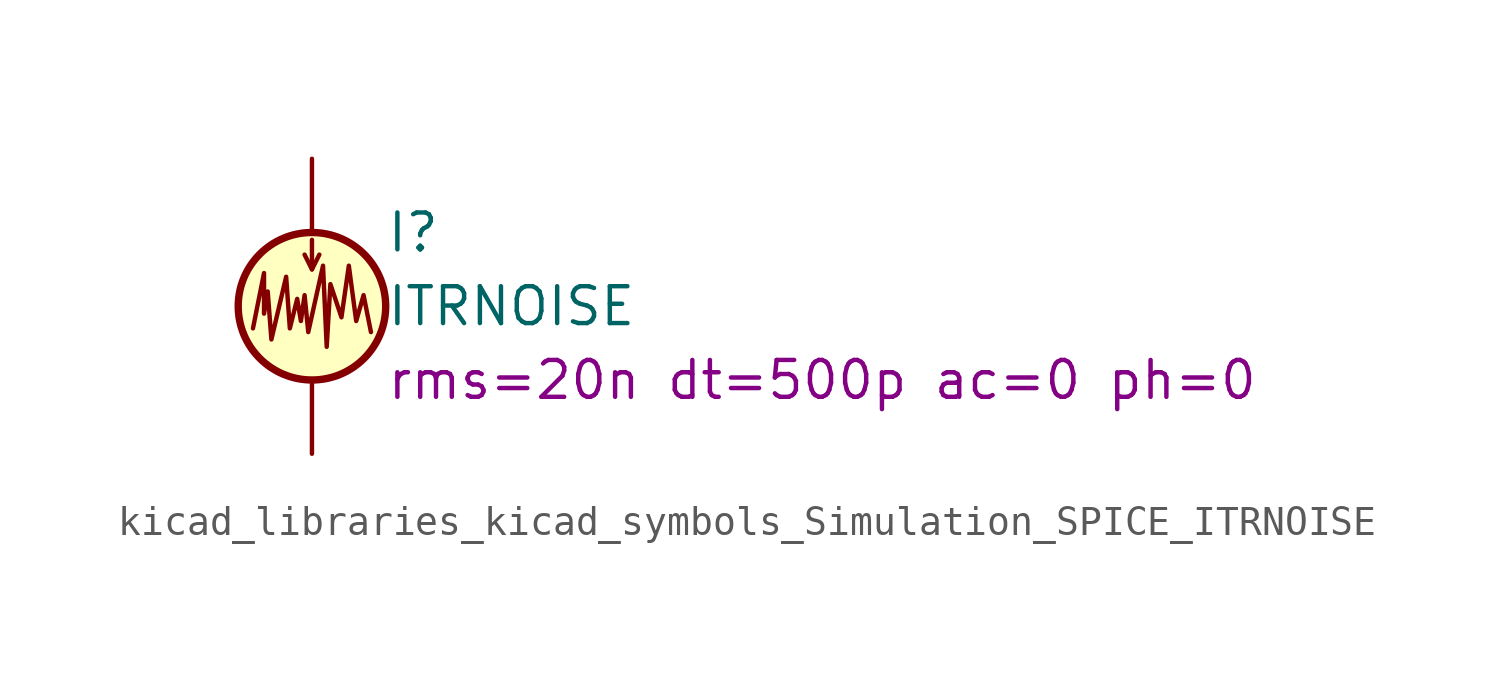
<source format=kicad_sym>
(kicad_symbol_lib
  (version 20220914)
  (generator kicad_symbol_editor)
  (symbol "kicad_libraries_kicad_symbols_Simulation_SPICE_ITRNOISE"
    (pin_numbers hide)
    (pin_names
      (offset 0.025))
    (property "Reference" "I"
      (at 2.54 2.54 0)
      (effects (font (size 1.27 1.27)) (justify left)))
    (property "Value" "ITRNOISE"
      (at 2.54 0 0)
      (effects (font (size 1.27 1.27)) (justify left)))
    (property "Sim.Params" "rms=20n dt=500p ac=0 ph=0"
      (at 2.54 -2.54 0)
      (effects (font (size 1.27 1.27)) (justify left)))
    (symbol "kicad_libraries_kicad_symbols_Simulation_SPICE_ITRNOISE_0_1"
      (polyline (pts (xy 0 1.27) (xy 0 2.286)) (stroke (width 0) (type default)) (fill (type none)))
      (polyline (pts (xy -0.254 1.778) (xy 0 1.27) (xy 0.254 1.778)) (stroke (width 0) (type default)) (fill (type none)))
      (polyline (pts (xy -2.032 -0.762) (xy -1.651 1.143) (xy -1.651 -0.254) (xy -1.524 0.508) (xy -1.397 -1.143) (xy -0.889 1.016) (xy -0.762 -0.762) (xy -0.508 0.254) (xy -0.381 -0.508) (xy -0.254 0.381) (xy -0.127 -0.889) (xy 0.381 1.397) (xy 0.508 -1.397) (xy 0.635 0.762) (xy 1.016 -0.381) (xy 1.27 1.397) (xy 1.524 -0.508) (xy 1.778 0.381) (xy 2.032 -0.889)) (stroke (width 0) (type default)) (fill (type none)))
      (circle (center 0 0) (radius 2.54) (stroke (width 0.254) (type default)) (fill (type background))))
    (symbol "kicad_libraries_kicad_symbols_Simulation_SPICE_ITRNOISE_1_1"
      (pin passive line (at 0 5.08 270) (length 2.54) (name "~" (effects (font (size 1.27 1.27)))) (number "1" (effects (font (size 1.27 1.27)))))
      (pin passive line (at 0 -5.08 90) (length 2.54) (name "~" (effects (font (size 1.27 1.27)))) (number "2" (effects (font (size 1.27 1.27))))))))
</source>
